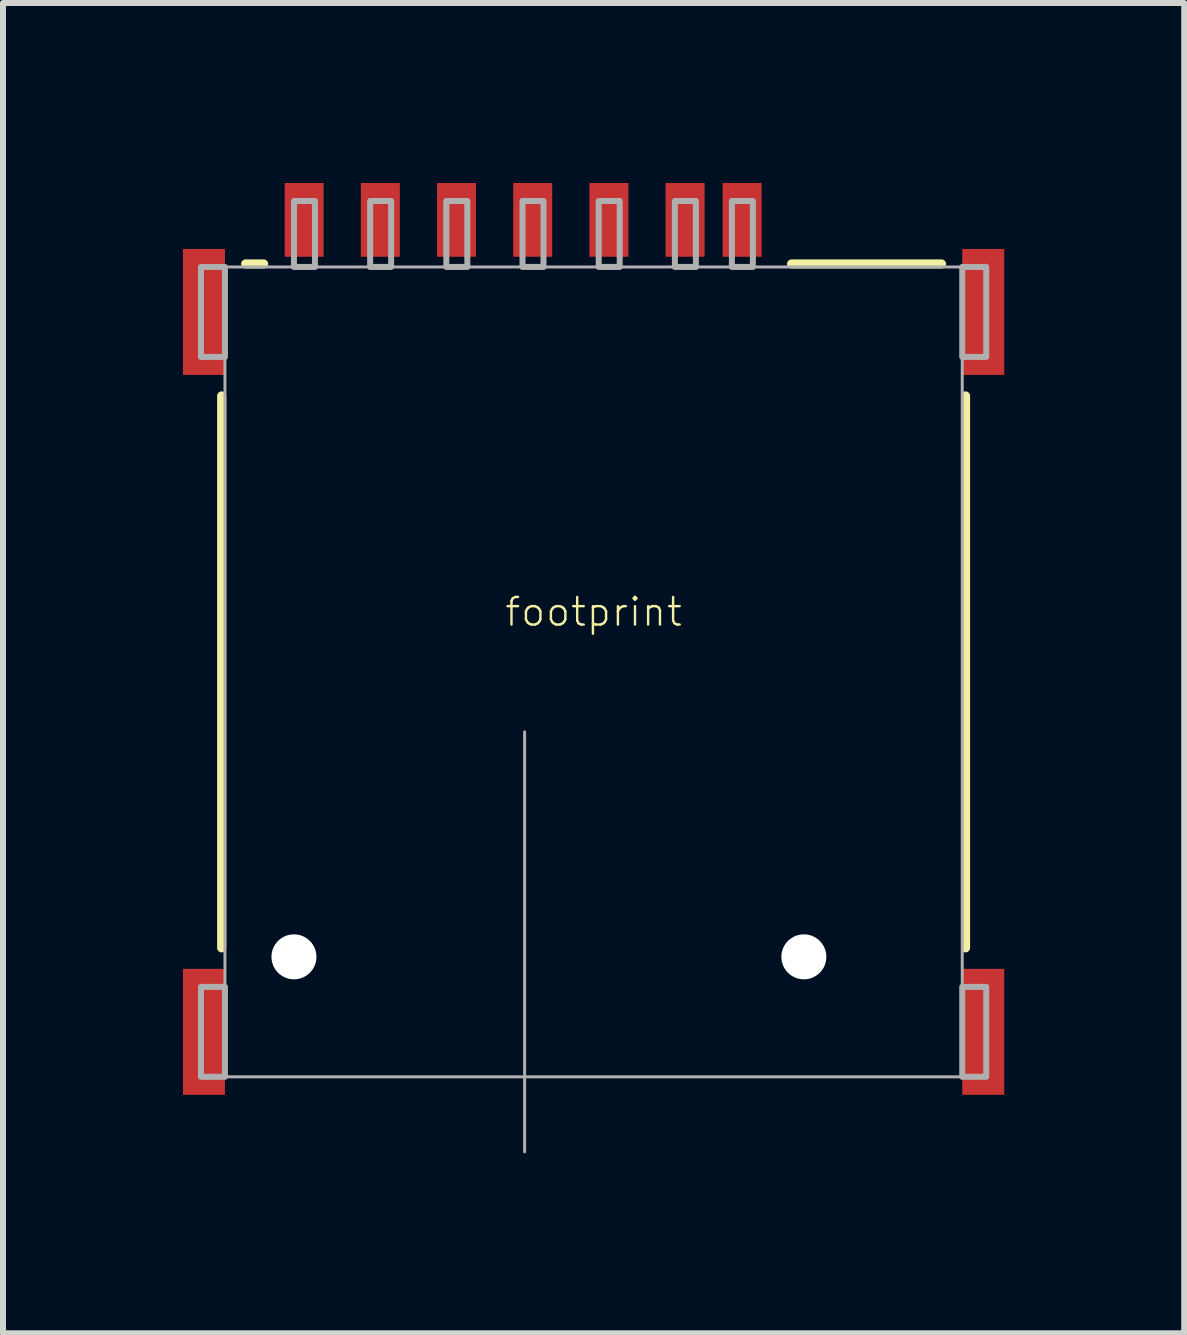
<source format=kicad_pcb>
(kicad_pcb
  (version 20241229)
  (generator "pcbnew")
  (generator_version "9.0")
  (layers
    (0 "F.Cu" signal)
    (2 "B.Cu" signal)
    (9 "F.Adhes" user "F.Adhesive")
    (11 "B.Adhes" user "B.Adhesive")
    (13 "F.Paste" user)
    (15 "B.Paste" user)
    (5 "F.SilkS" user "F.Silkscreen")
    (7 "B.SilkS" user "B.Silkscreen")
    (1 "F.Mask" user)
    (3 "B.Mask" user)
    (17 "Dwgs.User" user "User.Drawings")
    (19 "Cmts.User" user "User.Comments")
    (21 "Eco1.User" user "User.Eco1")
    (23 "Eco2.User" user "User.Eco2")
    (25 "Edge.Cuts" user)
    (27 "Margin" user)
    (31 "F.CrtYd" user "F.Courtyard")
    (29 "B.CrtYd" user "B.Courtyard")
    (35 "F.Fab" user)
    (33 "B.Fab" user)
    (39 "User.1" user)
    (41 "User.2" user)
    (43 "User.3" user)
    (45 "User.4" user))
  (footprint "footprint"
    (layer "F.Cu")
    (at 6.845 8.15)
    (property "Reference" "footprint" (at 0 -1 0) (layer "F.SilkS") (effects (font (size 0.46 0.46) (thickness 0.04))))
    (fp_line (start -6.2 -4.6) (end -6.2 4.6) (stroke (width 0.152) (type solid)) (layer "F.SilkS"))
    (fp_line (start -5.5 -6.8) (end -5.8 -6.8) (stroke (width 0.152) (type solid)) (layer "F.SilkS"))
    (fp_line (start 3.3 -6.8) (end 5.8 -6.8) (stroke (width 0.152) (type solid)) (layer "F.SilkS"))
    (fp_line (start 6.2 -4.6) (end 6.2 4.6) (stroke (width 0.152) (type solid)) (layer "F.SilkS"))
    (fp_line (start -6.145 -6.75) (end -6.145 6.75) (stroke (width 0.05) (type solid)) (layer "F.Fab"))
    (fp_line (start -6.145 6.75) (end 6.145 6.75) (stroke (width 0.05) (type solid)) (layer "F.Fab"))
    (fp_line (start -1.15 1) (end -1.15 8) (stroke (width 0.05) (type solid)) (layer "F.Fab"))
    (fp_line (start 6.145 -6.75) (end -6.145 -6.75) (stroke (width 0.05) (type solid)) (layer "F.Fab"))
    (fp_line (start 6.145 6.75) (end 6.145 -6.75) (stroke (width 0.05) (type solid)) (layer "F.Fab"))
    (fp_poly (pts (xy -6.545 -5.25) (xy -6.145 -5.25) (xy -6.145 -6.75) (xy -6.545 -6.75)) (stroke (width 0.1) (type solid)) (fill no) (layer "F.Fab"))
    (fp_poly (pts (xy -6.545 6.75) (xy -6.145 6.75) (xy -6.145 5.25) (xy -6.545 5.25)) (stroke (width 0.1) (type solid)) (fill no) (layer "F.Fab"))
    (fp_poly (pts (xy -4.995 -6.75) (xy -4.645 -6.75) (xy -4.645 -7.85) (xy -4.995 -7.85)) (stroke (width 0.1) (type solid)) (fill no) (layer "F.Fab"))
    (fp_poly (pts (xy -3.725 -6.75) (xy -3.375 -6.75) (xy -3.375 -7.85) (xy -3.725 -7.85)) (stroke (width 0.1) (type solid)) (fill no) (layer "F.Fab"))
    (fp_poly (pts (xy -2.455 -6.75) (xy -2.105 -6.75) (xy -2.105 -7.85) (xy -2.455 -7.85)) (stroke (width 0.1) (type solid)) (fill no) (layer "F.Fab"))
    (fp_poly (pts (xy -1.185 -6.75) (xy -0.835 -6.75) (xy -0.835 -7.85) (xy -1.185 -7.85)) (stroke (width 0.1) (type solid)) (fill no) (layer "F.Fab"))
    (fp_poly (pts (xy 0.085 -6.75) (xy 0.435 -6.75) (xy 0.435 -7.85) (xy 0.085 -7.85)) (stroke (width 0.1) (type solid)) (fill no) (layer "F.Fab"))
    (fp_poly (pts (xy 1.355 -6.75) (xy 1.705 -6.75) (xy 1.705 -7.85) (xy 1.355 -7.85)) (stroke (width 0.1) (type solid)) (fill no) (layer "F.Fab"))
    (fp_poly (pts (xy 2.305 -6.75) (xy 2.655 -6.75) (xy 2.655 -7.85) (xy 2.305 -7.85)) (stroke (width 0.1) (type solid)) (fill no) (layer "F.Fab"))
    (fp_poly (pts (xy 6.145 -5.25) (xy 6.545 -5.25) (xy 6.545 -6.75) (xy 6.145 -6.75)) (stroke (width 0.1) (type solid)) (fill no) (layer "F.Fab"))
    (fp_poly (pts (xy 6.145 6.75) (xy 6.545 6.75) (xy 6.545 5.25) (xy 6.145 5.25)) (stroke (width 0.1) (type solid)) (fill no) (layer "F.Fab"))
    (pad "" np_thru_hole circle (at -4.995 4.75) (size 0.75 0.75) (drill 0.75) (layers "*.Cu" "*.Mask"))
    (pad "" np_thru_hole circle (at 3.505 4.75) (size 0.75 0.75) (drill 0.75) (layers "*.Cu" "*.Mask"))
    (pad "A1" smd rect (at 6.495 -6) (size 0.7 2.1) (layers "F.Cu" "F.Mask" "F.Paste"))
    (pad "A2" smd rect (at -6.495 -6) (size 0.7 2.1) (layers "F.Cu" "F.Mask" "F.Paste"))
    (pad "A3" smd rect (at -6.495 6) (size 0.7 2.1) (layers "F.Cu" "F.Mask" "F.Paste"))
    (pad "A4" smd rect (at 6.495 6) (size 0.7 2.1) (layers "F.Cu" "F.Mask" "F.Paste"))
    (pad "C1" smd rect (at 0.255 -7.535) (size 0.65 1.23) (layers "F.Cu" "F.Mask" "F.Paste"))
    (pad "C2" smd rect (at -2.285 -7.535) (size 0.65 1.23) (layers "F.Cu" "F.Mask" "F.Paste"))
    (pad "C3" smd rect (at -4.825 -7.535) (size 0.65 1.23) (layers "F.Cu" "F.Mask" "F.Paste"))
    (pad "C5" smd rect (at 1.525 -7.535) (size 0.65 1.23) (layers "F.Cu" "F.Mask" "F.Paste"))
    (pad "C6" smd rect (at -1.015 -7.535) (size 0.65 1.23) (layers "F.Cu" "F.Mask" "F.Paste"))
    (pad "C7" smd rect (at -3.555 -7.535) (size 0.65 1.23) (layers "F.Cu" "F.Mask" "F.Paste"))
    (pad "CD" smd rect (at 2.475 -7.535) (size 0.65 1.23) (layers "F.Cu" "F.Mask" "F.Paste")))
  (gr_rect
    (start -3 -3)
    (end 16.69 19.175)
    (stroke (width 0.1) (type default))
    (fill no)
    (layer "Edge.Cuts")))
</source>
